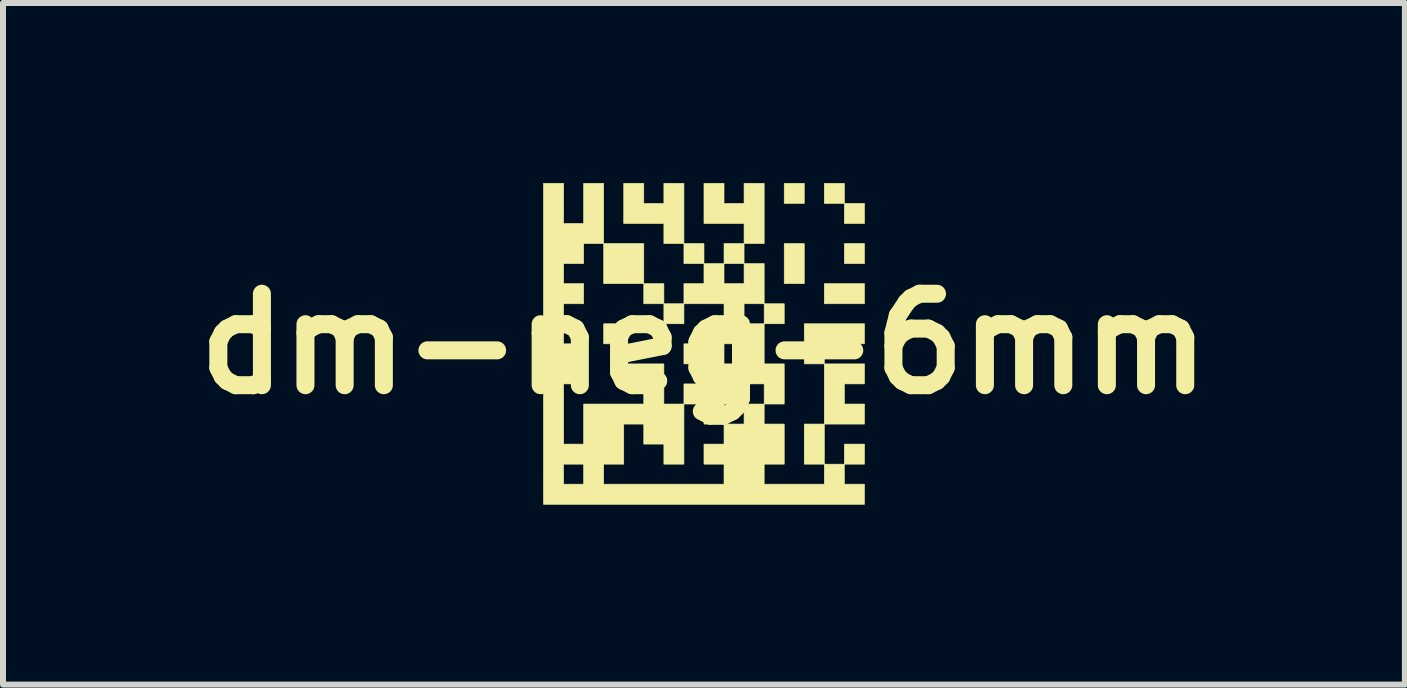
<source format=kicad_pcb>
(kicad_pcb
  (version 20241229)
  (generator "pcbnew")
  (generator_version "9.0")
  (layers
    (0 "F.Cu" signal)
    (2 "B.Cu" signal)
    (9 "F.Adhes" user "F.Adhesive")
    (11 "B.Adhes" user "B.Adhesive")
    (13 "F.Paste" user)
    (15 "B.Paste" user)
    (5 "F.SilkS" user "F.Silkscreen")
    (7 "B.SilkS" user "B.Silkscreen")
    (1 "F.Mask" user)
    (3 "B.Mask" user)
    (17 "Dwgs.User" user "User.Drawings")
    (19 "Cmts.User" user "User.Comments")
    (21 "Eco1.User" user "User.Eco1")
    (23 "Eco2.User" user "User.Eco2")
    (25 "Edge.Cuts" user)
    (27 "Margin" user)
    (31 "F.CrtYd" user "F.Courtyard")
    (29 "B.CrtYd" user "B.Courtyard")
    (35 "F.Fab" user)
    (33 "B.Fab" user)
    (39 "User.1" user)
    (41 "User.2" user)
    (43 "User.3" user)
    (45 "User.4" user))
  (footprint "dm-neg-6mm"
    (layer "F.Cu")
    (at 8.68 2.679)
    (property "Reference" "dm-neg-6mm" (at 0 0 0) (layer "F.SilkS") (effects (font (size 1.524 1.524) (thickness 0.3))))
    (attr through_hole)
    (fp_poly (pts (xy -1.337 0) (xy -1.671 0) (xy -1.671 -0.334) (xy -1.337 -0.334) (xy -1.337 0)) (stroke (width 0.01) (type solid)) (fill yes) (layer "F.SilkS"))
    (fp_poly (pts (xy 0 -1.337) (xy -0.334 -1.337) (xy -0.334 -1.671) (xy 0 -1.671) (xy 0 -1.337)) (stroke (width 0.01) (type solid)) (fill yes) (layer "F.SilkS"))
    (fp_poly (pts (xy 1.337 -0.334) (xy 1.003 -0.334) (xy 1.003 -0.668) (xy 1.337 -0.668) (xy 1.337 -0.334)) (stroke (width 0.01) (type solid)) (fill yes) (layer "F.SilkS"))
    (fp_poly (pts (xy 1.671 -2.339) (xy 1.337 -2.339) (xy 1.337 -2.674) (xy 1.671 -2.674) (xy 1.671 -2.339)) (stroke (width 0.01) (type solid)) (fill yes) (layer "F.SilkS"))
    (fp_poly (pts (xy 1.671 -1.003) (xy 1.337 -1.003) (xy 1.337 -1.671) (xy 1.671 -1.671) (xy 1.671 -1.003)) (stroke (width 0.01) (type solid)) (fill yes) (layer "F.SilkS"))
    (fp_poly (pts (xy 2.005 2.005) (xy 1.671 2.005) (xy 1.671 1.337) (xy 2.005 1.337) (xy 2.005 2.005)) (stroke (width 0.01) (type solid)) (fill yes) (layer "F.SilkS"))
    (fp_poly (pts (xy 2.339 -2.339) (xy 2.005 -2.339) (xy 2.005 -2.674) (xy 2.339 -2.674) (xy 2.339 -2.339)) (stroke (width 0.01) (type solid)) (fill yes) (layer "F.SilkS"))
    (fp_poly (pts (xy 2.674 -2.005) (xy 2.339 -2.005) (xy 2.339 -2.339) (xy 2.674 -2.339) (xy 2.674 -2.005)) (stroke (width 0.01) (type solid)) (fill yes) (layer "F.SilkS"))
    (fp_poly (pts (xy 2.674 -1.337) (xy 2.339 -1.337) (xy 2.339 -1.671) (xy 2.674 -1.671) (xy 2.674 -1.337)) (stroke (width 0.01) (type solid)) (fill yes) (layer "F.SilkS"))
    (fp_poly (pts (xy 2.674 -0.668) (xy 2.005 -0.668) (xy 2.005 -1.003) (xy 2.674 -1.003) (xy 2.674 -0.668)) (stroke (width 0.01) (type solid)) (fill yes) (layer "F.SilkS"))
    (fp_poly (pts (xy 2.674 2.005) (xy 2.339 2.005) (xy 2.339 1.671) (xy 2.674 1.671) (xy 2.674 2.005)) (stroke (width 0.01) (type solid)) (fill yes) (layer "F.SilkS"))
    (fp_poly (pts (xy 2.674 0) (xy 2.005 0) (xy 2.005 0.334) (xy 1.671 0.334) (xy 1.671 -0.334) (xy 2.674 -0.334) (xy 2.674 0)) (stroke (width 0.01) (type solid)) (fill yes) (layer "F.SilkS"))
    (fp_poly (pts (xy 2.674 0.668) (xy 2.339 0.668) (xy 2.339 1.003) (xy 2.674 1.003) (xy 2.674 1.337) (xy 2.005 1.337) (xy 2.005 0.334) (xy 2.674 0.334) (xy 2.674 0.668)) (stroke (width 0.01) (type solid)) (fill yes) (layer "F.SilkS"))
    (fp_poly (pts (xy -1.003 -2.339) (xy -0.668 -2.339) (xy -0.668 -2.674) (xy -0.334 -2.674) (xy -0.334 -1.671) (xy -0.668 -1.671) (xy -0.668 -2.005) (xy -1.337 -2.005) (xy -1.337 -2.674) (xy -1.003 -2.674) (xy -1.003 -2.339)) (stroke (width 0.01) (type solid)) (fill yes) (layer "F.SilkS"))
    (fp_poly (pts (xy 0.334 -2.339) (xy 0.668 -2.339) (xy 0.668 -2.674) (xy 1.003 -2.674) (xy 1.003 -1.671) (xy 0.668 -1.671) (xy 0.668 -2.005) (xy 0 -2.005) (xy 0 -2.674) (xy 0.334 -2.674) (xy 0.334 -2.339)) (stroke (width 0.01) (type solid)) (fill yes) (layer "F.SilkS"))
    (fp_poly (pts (xy 1.003 -1.337) (xy 1.003 -0.668) (xy 0.668 -0.668) (xy 0.668 -0.334) (xy 1.003 -0.334) (xy 1.003 0.334) (xy 1.337 0.334) (xy 1.337 1.003) (xy 1.003 1.003) (xy 1.003 1.337) (xy 1.337 1.337) (xy 1.337 2.005) (xy 1.003 2.005) (xy 1.003 2.339) (xy 2.005 2.339) (xy 2.005 2.005) (xy 2.339 2.005) (xy 2.339 2.339) (xy 2.674 2.339) (xy 2.674 2.674) (xy -2.674 2.674) (xy -2.674 2.005) (xy -2.339 2.005) (xy -2.339 2.339) (xy -2.005 2.339) (xy -2.005 2.005) (xy -1.671 2.005) (xy -1.671 2.339) (xy 0.334 2.339) (xy 0.334 2.005) (xy 0 2.005) (xy 0 1.671) (xy 0.334 1.671) (xy 0.334 1.337) (xy 0 1.337) (xy 0 1.003) (xy 0.334 1.003) (xy 0.334 1.337) (xy 0.668 1.337) (xy 0.668 1.003) (xy 0.334 1.003) (xy 0 1.003) (xy -0.334 1.003) (xy -0.334 2.005) (xy -0.668 2.005) (xy -0.668 1.671) (xy -1.003 1.671) (xy -1.003 1.337) (xy -1.337 1.337) (xy -1.337 2.005) (xy -1.671 2.005) (xy -2.005 2.005) (xy -2.339 2.005) (xy -2.674 2.005) (xy -2.674 -1.337) (xy -2.339 -1.337) (xy -2.339 -1.003) (xy -2.005 -1.003) (xy -2.005 -0.668) (xy -2.339 -0.668) (xy -2.339 0) (xy -2.005 0) (xy -2.005 0.668) (xy -2.339 0.668) (xy -2.339 1.671) (xy -2.005 1.671) (xy -2.005 1.003) (xy -1.003 1.003) (xy -1.003 0.668) (xy -1.337 0.668) (xy -1.337 0.334) (xy -0.668 0.334) (xy -0.668 1.003) (xy -0.334 1.003) (xy -0.334 0.668) (xy 0 0.668) (xy 0.668 0.668) (xy 0.668 1.003) (xy 1.003 1.003) (xy 1.003 0.668) (xy 0.668 0.668) (xy 0 0.668) (xy 0 0.334) (xy -0.334 0.334) (xy -0.334 0) (xy 0 0) (xy 0.334 0) (xy 0.334 0.334) (xy 0.668 0.334) (xy 0.668 0) (xy 0.334 0) (xy 0 0) (xy 0 -0.334) (xy 0.334 -0.334) (xy 0.334 -0.668) (xy -0.334 -0.668) (xy -0.334 -0.334) (xy -0.668 -0.334) (xy -0.668 -0.668) (xy -1.003 -0.668) (xy -1.003 -1.003) (xy -1.671 -1.003) (xy -1.671 -1.671) (xy -2.005 -1.671) (xy -2.005 -1.337) (xy -2.339 -1.337) (xy -2.674 -1.337) (xy -2.674 -2.674) (xy -2.339 -2.674) (xy -2.339 -2.005) (xy -2.005 -2.005) (xy -2.005 -2.674) (xy -1.671 -2.674) (xy -1.671 -1.671) (xy -1.003 -1.671) (xy -1.003 -1.003) (xy -0.668 -1.003) (xy -0.668 -0.668) (xy -0.334 -0.668) (xy -0.334 -1.003) (xy 0 -1.003) (xy 0 -1.337) (xy 0.334 -1.337) (xy 0.334 -1.003) (xy 0.668 -1.003) (xy 0.668 -1.337) (xy 0.334 -1.337) (xy 0.334 -1.671) (xy 0.668 -1.671) (xy 0.668 -1.337) (xy 1.003 -1.337)) (stroke (width 0.01) (type solid)) (fill yes) (layer "F.SilkS")))
  (gr_rect
    (start -3 -3)
    (end 20.359 8.357)
    (stroke (width 0.1) (type default))
    (fill no)
    (layer "Edge.Cuts")))
</source>
